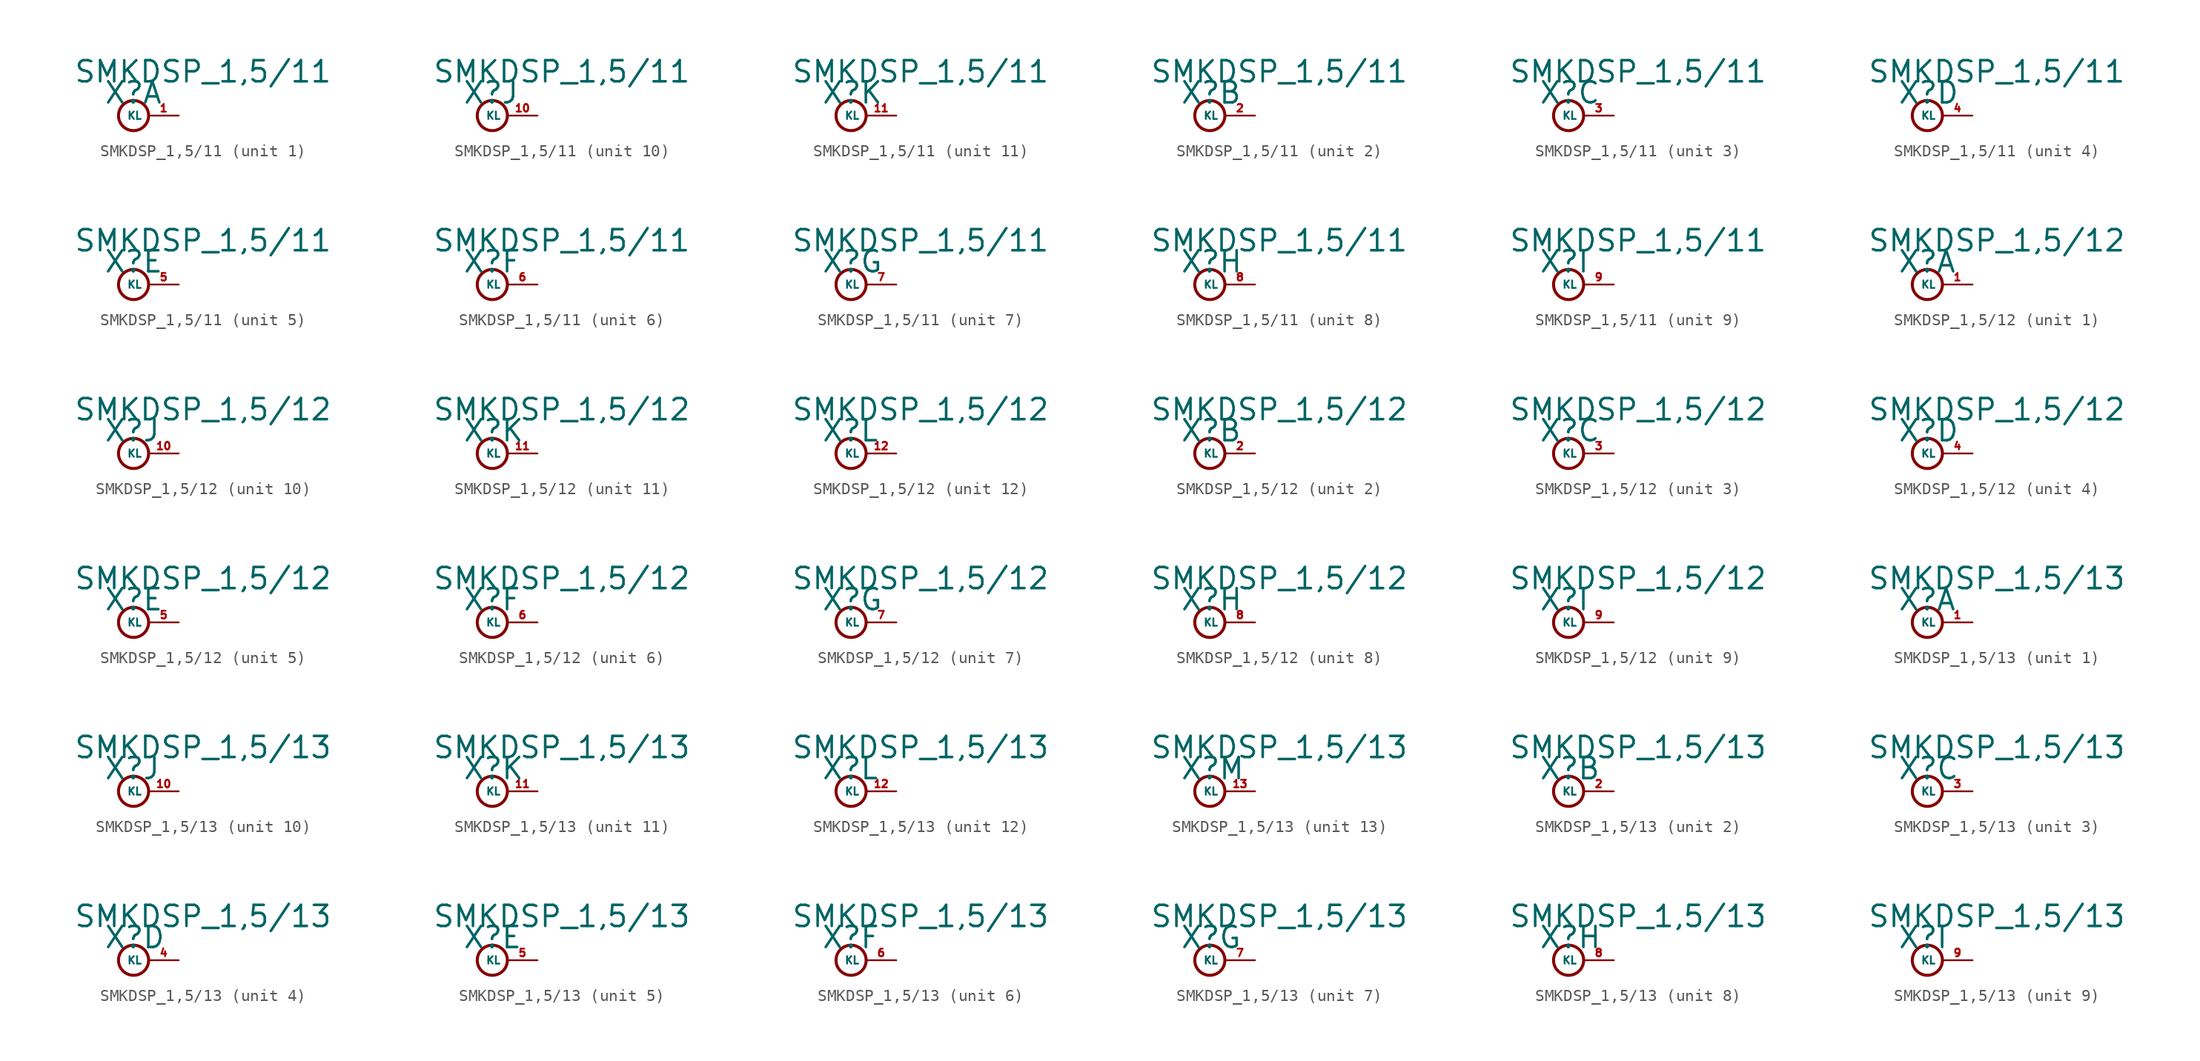
<source format=kicad_sym>
(kicad_symbol_lib
  (version 20220914)
  (generator Eagle2Kicad)
  (symbol "SMKDSP_1,5/11"
    (property "Reference" "X"
      (at -1.27 0.889 0)
      (effects (font (size 1.778 1.778) (thickness 0.22)) (justify left bottom)))
    (property "Value" "SMKDSP_1,5/11"
      (at -3.81 2.667 0)
      (effects (font (size 1.778 1.778) (thickness 0.22)) (justify left bottom)))
    (symbol "SMKDSP_1,5/11_1_0"
      (circle (center 1.27 0) (radius 1.27) (stroke (width 0.254) (type default)) (fill (type none)))
      (pin passive line (at 5.08 0 180) (length 2.54) (name "KL" (effects (font (size 0.635 0.635) (thickness 0.08)) (justify left bottom))) (number "1" (effects (font (size 0.635 0.635) (thickness 0.08)) (justify left bottom)))))
    (symbol "SMKDSP_1,5/11_2_0"
      (circle (center 1.27 0) (radius 1.27) (stroke (width 0.254) (type default)) (fill (type none)))
      (pin passive line (at 5.08 0 180) (length 2.54) (name "KL" (effects (font (size 0.635 0.635) (thickness 0.08)) (justify left bottom))) (number "2" (effects (font (size 0.635 0.635) (thickness 0.08)) (justify left bottom)))))
    (symbol "SMKDSP_1,5/11_3_0"
      (circle (center 1.27 0) (radius 1.27) (stroke (width 0.254) (type default)) (fill (type none)))
      (pin passive line (at 5.08 0 180) (length 2.54) (name "KL" (effects (font (size 0.635 0.635) (thickness 0.08)) (justify left bottom))) (number "3" (effects (font (size 0.635 0.635) (thickness 0.08)) (justify left bottom)))))
    (symbol "SMKDSP_1,5/11_4_0"
      (circle (center 1.27 0) (radius 1.27) (stroke (width 0.254) (type default)) (fill (type none)))
      (pin passive line (at 5.08 0 180) (length 2.54) (name "KL" (effects (font (size 0.635 0.635) (thickness 0.08)) (justify left bottom))) (number "4" (effects (font (size 0.635 0.635) (thickness 0.08)) (justify left bottom)))))
    (symbol "SMKDSP_1,5/11_5_0"
      (circle (center 1.27 0) (radius 1.27) (stroke (width 0.254) (type default)) (fill (type none)))
      (pin passive line (at 5.08 0 180) (length 2.54) (name "KL" (effects (font (size 0.635 0.635) (thickness 0.08)) (justify left bottom))) (number "5" (effects (font (size 0.635 0.635) (thickness 0.08)) (justify left bottom)))))
    (symbol "SMKDSP_1,5/11_6_0"
      (circle (center 1.27 0) (radius 1.27) (stroke (width 0.254) (type default)) (fill (type none)))
      (pin passive line (at 5.08 0 180) (length 2.54) (name "KL" (effects (font (size 0.635 0.635) (thickness 0.08)) (justify left bottom))) (number "6" (effects (font (size 0.635 0.635) (thickness 0.08)) (justify left bottom)))))
    (symbol "SMKDSP_1,5/11_7_0"
      (circle (center 1.27 0) (radius 1.27) (stroke (width 0.254) (type default)) (fill (type none)))
      (pin passive line (at 5.08 0 180) (length 2.54) (name "KL" (effects (font (size 0.635 0.635) (thickness 0.08)) (justify left bottom))) (number "7" (effects (font (size 0.635 0.635) (thickness 0.08)) (justify left bottom)))))
    (symbol "SMKDSP_1,5/11_8_0"
      (circle (center 1.27 0) (radius 1.27) (stroke (width 0.254) (type default)) (fill (type none)))
      (pin passive line (at 5.08 0 180) (length 2.54) (name "KL" (effects (font (size 0.635 0.635) (thickness 0.08)) (justify left bottom))) (number "8" (effects (font (size 0.635 0.635) (thickness 0.08)) (justify left bottom)))))
    (symbol "SMKDSP_1,5/11_9_0"
      (circle (center 1.27 0) (radius 1.27) (stroke (width 0.254) (type default)) (fill (type none)))
      (pin passive line (at 5.08 0 180) (length 2.54) (name "KL" (effects (font (size 0.635 0.635) (thickness 0.08)) (justify left bottom))) (number "9" (effects (font (size 0.635 0.635) (thickness 0.08)) (justify left bottom)))))
    (symbol "SMKDSP_1,5/11_10_0"
      (circle (center 1.27 0) (radius 1.27) (stroke (width 0.254) (type default)) (fill (type none)))
      (pin passive line (at 5.08 0 180) (length 2.54) (name "KL" (effects (font (size 0.635 0.635) (thickness 0.08)) (justify left bottom))) (number "10" (effects (font (size 0.635 0.635) (thickness 0.08)) (justify left bottom)))))
    (symbol "SMKDSP_1,5/11_11_0"
      (circle (center 1.27 0) (radius 1.27) (stroke (width 0.254) (type default)) (fill (type none)))
      (pin passive line (at 5.08 0 180) (length 2.54) (name "KL" (effects (font (size 0.635 0.635) (thickness 0.08)) (justify left bottom))) (number "11" (effects (font (size 0.635 0.635) (thickness 0.08)) (justify left bottom))))))
  (symbol "SMKDSP_1,5/12"
    (property "Reference" "X"
      (at -1.27 0.889 0)
      (effects (font (size 1.778 1.778) (thickness 0.22)) (justify left bottom)))
    (property "Value" "SMKDSP_1,5/12"
      (at -3.81 2.667 0)
      (effects (font (size 1.778 1.778) (thickness 0.22)) (justify left bottom)))
    (symbol "SMKDSP_1,5/12_1_0"
      (circle (center 1.27 0) (radius 1.27) (stroke (width 0.254) (type default)) (fill (type none)))
      (pin passive line (at 5.08 0 180) (length 2.54) (name "KL" (effects (font (size 0.635 0.635) (thickness 0.08)) (justify left bottom))) (number "1" (effects (font (size 0.635 0.635) (thickness 0.08)) (justify left bottom)))))
    (symbol "SMKDSP_1,5/12_2_0"
      (circle (center 1.27 0) (radius 1.27) (stroke (width 0.254) (type default)) (fill (type none)))
      (pin passive line (at 5.08 0 180) (length 2.54) (name "KL" (effects (font (size 0.635 0.635) (thickness 0.08)) (justify left bottom))) (number "2" (effects (font (size 0.635 0.635) (thickness 0.08)) (justify left bottom)))))
    (symbol "SMKDSP_1,5/12_3_0"
      (circle (center 1.27 0) (radius 1.27) (stroke (width 0.254) (type default)) (fill (type none)))
      (pin passive line (at 5.08 0 180) (length 2.54) (name "KL" (effects (font (size 0.635 0.635) (thickness 0.08)) (justify left bottom))) (number "3" (effects (font (size 0.635 0.635) (thickness 0.08)) (justify left bottom)))))
    (symbol "SMKDSP_1,5/12_4_0"
      (circle (center 1.27 0) (radius 1.27) (stroke (width 0.254) (type default)) (fill (type none)))
      (pin passive line (at 5.08 0 180) (length 2.54) (name "KL" (effects (font (size 0.635 0.635) (thickness 0.08)) (justify left bottom))) (number "4" (effects (font (size 0.635 0.635) (thickness 0.08)) (justify left bottom)))))
    (symbol "SMKDSP_1,5/12_5_0"
      (circle (center 1.27 0) (radius 1.27) (stroke (width 0.254) (type default)) (fill (type none)))
      (pin passive line (at 5.08 0 180) (length 2.54) (name "KL" (effects (font (size 0.635 0.635) (thickness 0.08)) (justify left bottom))) (number "5" (effects (font (size 0.635 0.635) (thickness 0.08)) (justify left bottom)))))
    (symbol "SMKDSP_1,5/12_6_0"
      (circle (center 1.27 0) (radius 1.27) (stroke (width 0.254) (type default)) (fill (type none)))
      (pin passive line (at 5.08 0 180) (length 2.54) (name "KL" (effects (font (size 0.635 0.635) (thickness 0.08)) (justify left bottom))) (number "6" (effects (font (size 0.635 0.635) (thickness 0.08)) (justify left bottom)))))
    (symbol "SMKDSP_1,5/12_7_0"
      (circle (center 1.27 0) (radius 1.27) (stroke (width 0.254) (type default)) (fill (type none)))
      (pin passive line (at 5.08 0 180) (length 2.54) (name "KL" (effects (font (size 0.635 0.635) (thickness 0.08)) (justify left bottom))) (number "7" (effects (font (size 0.635 0.635) (thickness 0.08)) (justify left bottom)))))
    (symbol "SMKDSP_1,5/12_8_0"
      (circle (center 1.27 0) (radius 1.27) (stroke (width 0.254) (type default)) (fill (type none)))
      (pin passive line (at 5.08 0 180) (length 2.54) (name "KL" (effects (font (size 0.635 0.635) (thickness 0.08)) (justify left bottom))) (number "8" (effects (font (size 0.635 0.635) (thickness 0.08)) (justify left bottom)))))
    (symbol "SMKDSP_1,5/12_9_0"
      (circle (center 1.27 0) (radius 1.27) (stroke (width 0.254) (type default)) (fill (type none)))
      (pin passive line (at 5.08 0 180) (length 2.54) (name "KL" (effects (font (size 0.635 0.635) (thickness 0.08)) (justify left bottom))) (number "9" (effects (font (size 0.635 0.635) (thickness 0.08)) (justify left bottom)))))
    (symbol "SMKDSP_1,5/12_10_0"
      (circle (center 1.27 0) (radius 1.27) (stroke (width 0.254) (type default)) (fill (type none)))
      (pin passive line (at 5.08 0 180) (length 2.54) (name "KL" (effects (font (size 0.635 0.635) (thickness 0.08)) (justify left bottom))) (number "10" (effects (font (size 0.635 0.635) (thickness 0.08)) (justify left bottom)))))
    (symbol "SMKDSP_1,5/12_11_0"
      (circle (center 1.27 0) (radius 1.27) (stroke (width 0.254) (type default)) (fill (type none)))
      (pin passive line (at 5.08 0 180) (length 2.54) (name "KL" (effects (font (size 0.635 0.635) (thickness 0.08)) (justify left bottom))) (number "11" (effects (font (size 0.635 0.635) (thickness 0.08)) (justify left bottom)))))
    (symbol "SMKDSP_1,5/12_12_0"
      (circle (center 1.27 0) (radius 1.27) (stroke (width 0.254) (type default)) (fill (type none)))
      (pin passive line (at 5.08 0 180) (length 2.54) (name "KL" (effects (font (size 0.635 0.635) (thickness 0.08)) (justify left bottom))) (number "12" (effects (font (size 0.635 0.635) (thickness 0.08)) (justify left bottom))))))
  (symbol "SMKDSP_1,5/13"
    (property "Reference" "X"
      (at -1.27 0.889 0)
      (effects (font (size 1.778 1.778) (thickness 0.22)) (justify left bottom)))
    (property "Value" "SMKDSP_1,5/13"
      (at -3.81 2.667 0)
      (effects (font (size 1.778 1.778) (thickness 0.22)) (justify left bottom)))
    (symbol "SMKDSP_1,5/13_1_0"
      (circle (center 1.27 0) (radius 1.27) (stroke (width 0.254) (type default)) (fill (type none)))
      (pin passive line (at 5.08 0 180) (length 2.54) (name "KL" (effects (font (size 0.635 0.635) (thickness 0.08)) (justify left bottom))) (number "1" (effects (font (size 0.635 0.635) (thickness 0.08)) (justify left bottom)))))
    (symbol "SMKDSP_1,5/13_2_0"
      (circle (center 1.27 0) (radius 1.27) (stroke (width 0.254) (type default)) (fill (type none)))
      (pin passive line (at 5.08 0 180) (length 2.54) (name "KL" (effects (font (size 0.635 0.635) (thickness 0.08)) (justify left bottom))) (number "2" (effects (font (size 0.635 0.635) (thickness 0.08)) (justify left bottom)))))
    (symbol "SMKDSP_1,5/13_3_0"
      (circle (center 1.27 0) (radius 1.27) (stroke (width 0.254) (type default)) (fill (type none)))
      (pin passive line (at 5.08 0 180) (length 2.54) (name "KL" (effects (font (size 0.635 0.635) (thickness 0.08)) (justify left bottom))) (number "3" (effects (font (size 0.635 0.635) (thickness 0.08)) (justify left bottom)))))
    (symbol "SMKDSP_1,5/13_4_0"
      (circle (center 1.27 0) (radius 1.27) (stroke (width 0.254) (type default)) (fill (type none)))
      (pin passive line (at 5.08 0 180) (length 2.54) (name "KL" (effects (font (size 0.635 0.635) (thickness 0.08)) (justify left bottom))) (number "4" (effects (font (size 0.635 0.635) (thickness 0.08)) (justify left bottom)))))
    (symbol "SMKDSP_1,5/13_5_0"
      (circle (center 1.27 0) (radius 1.27) (stroke (width 0.254) (type default)) (fill (type none)))
      (pin passive line (at 5.08 0 180) (length 2.54) (name "KL" (effects (font (size 0.635 0.635) (thickness 0.08)) (justify left bottom))) (number "5" (effects (font (size 0.635 0.635) (thickness 0.08)) (justify left bottom)))))
    (symbol "SMKDSP_1,5/13_6_0"
      (circle (center 1.27 0) (radius 1.27) (stroke (width 0.254) (type default)) (fill (type none)))
      (pin passive line (at 5.08 0 180) (length 2.54) (name "KL" (effects (font (size 0.635 0.635) (thickness 0.08)) (justify left bottom))) (number "6" (effects (font (size 0.635 0.635) (thickness 0.08)) (justify left bottom)))))
    (symbol "SMKDSP_1,5/13_7_0"
      (circle (center 1.27 0) (radius 1.27) (stroke (width 0.254) (type default)) (fill (type none)))
      (pin passive line (at 5.08 0 180) (length 2.54) (name "KL" (effects (font (size 0.635 0.635) (thickness 0.08)) (justify left bottom))) (number "7" (effects (font (size 0.635 0.635) (thickness 0.08)) (justify left bottom)))))
    (symbol "SMKDSP_1,5/13_8_0"
      (circle (center 1.27 0) (radius 1.27) (stroke (width 0.254) (type default)) (fill (type none)))
      (pin passive line (at 5.08 0 180) (length 2.54) (name "KL" (effects (font (size 0.635 0.635) (thickness 0.08)) (justify left bottom))) (number "8" (effects (font (size 0.635 0.635) (thickness 0.08)) (justify left bottom)))))
    (symbol "SMKDSP_1,5/13_9_0"
      (circle (center 1.27 0) (radius 1.27) (stroke (width 0.254) (type default)) (fill (type none)))
      (pin passive line (at 5.08 0 180) (length 2.54) (name "KL" (effects (font (size 0.635 0.635) (thickness 0.08)) (justify left bottom))) (number "9" (effects (font (size 0.635 0.635) (thickness 0.08)) (justify left bottom)))))
    (symbol "SMKDSP_1,5/13_10_0"
      (circle (center 1.27 0) (radius 1.27) (stroke (width 0.254) (type default)) (fill (type none)))
      (pin passive line (at 5.08 0 180) (length 2.54) (name "KL" (effects (font (size 0.635 0.635) (thickness 0.08)) (justify left bottom))) (number "10" (effects (font (size 0.635 0.635) (thickness 0.08)) (justify left bottom)))))
    (symbol "SMKDSP_1,5/13_11_0"
      (circle (center 1.27 0) (radius 1.27) (stroke (width 0.254) (type default)) (fill (type none)))
      (pin passive line (at 5.08 0 180) (length 2.54) (name "KL" (effects (font (size 0.635 0.635) (thickness 0.08)) (justify left bottom))) (number "11" (effects (font (size 0.635 0.635) (thickness 0.08)) (justify left bottom)))))
    (symbol "SMKDSP_1,5/13_12_0"
      (circle (center 1.27 0) (radius 1.27) (stroke (width 0.254) (type default)) (fill (type none)))
      (pin passive line (at 5.08 0 180) (length 2.54) (name "KL" (effects (font (size 0.635 0.635) (thickness 0.08)) (justify left bottom))) (number "12" (effects (font (size 0.635 0.635) (thickness 0.08)) (justify left bottom)))))
    (symbol "SMKDSP_1,5/13_13_0"
      (circle (center 1.27 0) (radius 1.27) (stroke (width 0.254) (type default)) (fill (type none)))
      (pin passive line (at 5.08 0 180) (length 2.54) (name "KL" (effects (font (size 0.635 0.635) (thickness 0.08)) (justify left bottom))) (number "13" (effects (font (size 0.635 0.635) (thickness 0.08)) (justify left bottom)))))))
</source>
